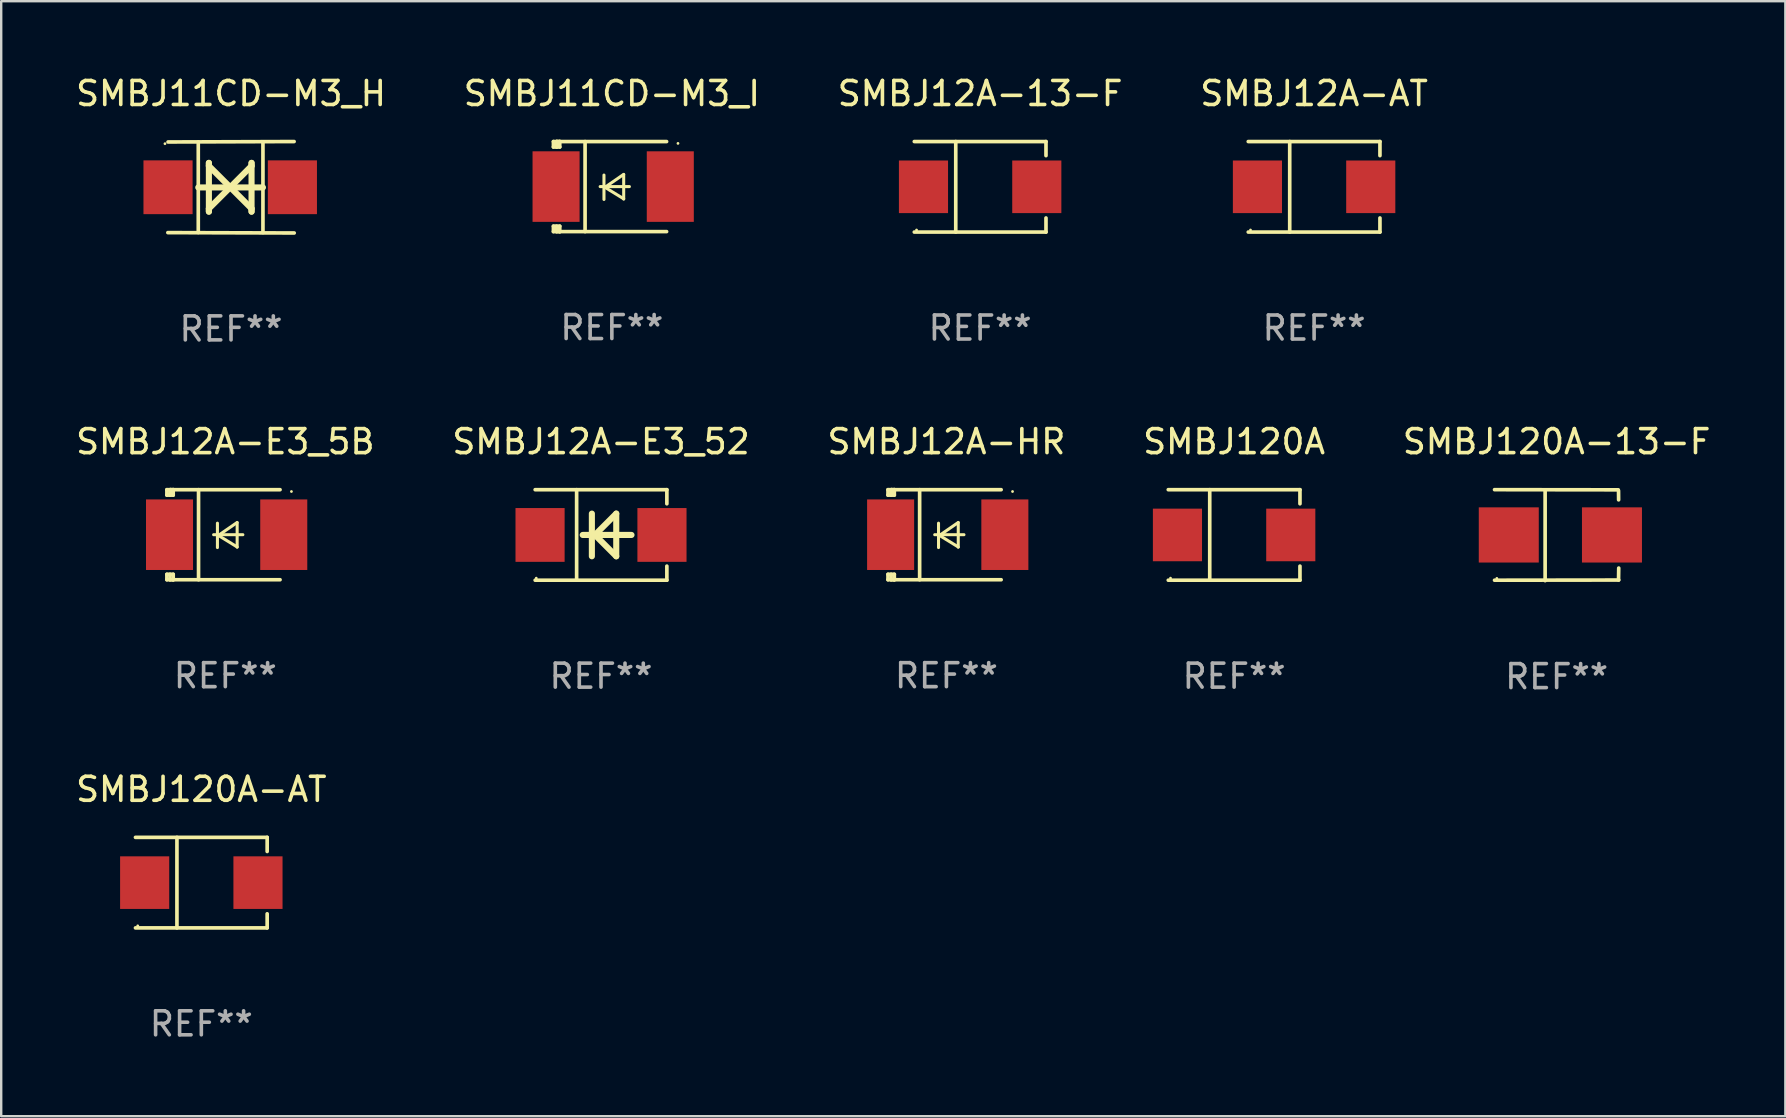
<source format=kicad_pcb>
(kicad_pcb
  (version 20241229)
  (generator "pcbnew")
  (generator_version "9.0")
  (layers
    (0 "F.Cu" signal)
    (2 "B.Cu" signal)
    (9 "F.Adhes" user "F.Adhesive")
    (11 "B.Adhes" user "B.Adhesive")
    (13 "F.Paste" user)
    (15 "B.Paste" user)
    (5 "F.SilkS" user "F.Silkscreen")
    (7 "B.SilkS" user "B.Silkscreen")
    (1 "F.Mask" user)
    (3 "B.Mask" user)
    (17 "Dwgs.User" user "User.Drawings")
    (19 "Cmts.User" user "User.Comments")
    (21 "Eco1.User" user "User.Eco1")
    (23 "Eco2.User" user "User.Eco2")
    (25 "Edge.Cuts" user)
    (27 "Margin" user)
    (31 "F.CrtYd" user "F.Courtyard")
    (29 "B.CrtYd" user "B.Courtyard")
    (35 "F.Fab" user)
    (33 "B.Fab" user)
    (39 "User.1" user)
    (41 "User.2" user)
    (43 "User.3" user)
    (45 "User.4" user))
  (footprint "SMBJ11CD-M3_H"
    (layer "F.Cu")
    (at 6.577 4.753)
    (property "Reference" "SMBJ11CD-M3_H" (at 0 -3.905 0) (layer "F.SilkS") (effects (font (size 1 1) (thickness 0.15))))
    (attr through_hole)
    (fp_line (start -1.365 1.886) (end -1.365 -1.886) (stroke (width 0.152) (type solid)) (layer "F.SilkS"))
    (fp_line (start -1.365 0.008) (end 1.33 0.008) (stroke (width 0.254) (type solid)) (layer "F.SilkS"))
    (fp_line (start -0.923 -1.016) (end -0.923 1.016) (stroke (width 0.254) (type solid)) (layer "F.SilkS"))
    (fp_line (start -0.923 -0.889) (end -0.923 -1.016) (stroke (width 0.254) (type solid)) (layer "F.SilkS"))
    (fp_line (start -0.923 0.889) (end -0.034 0) (stroke (width 0.254) (type solid)) (layer "F.SilkS"))
    (fp_line (start -0.923 1.016) (end -0.923 0.889) (stroke (width 0.254) (type solid)) (layer "F.SilkS"))
    (fp_line (start -0.034 0) (end -0.923 -0.889) (stroke (width 0.254) (type solid)) (layer "F.SilkS"))
    (fp_line (start -0.034 0) (end 0.855 0.889) (stroke (width 0.254) (type solid)) (layer "F.SilkS"))
    (fp_line (start 0.855 -1.016) (end 0.855 -0.889) (stroke (width 0.254) (type solid)) (layer "F.SilkS"))
    (fp_line (start 0.855 -0.889) (end -0.034 0) (stroke (width 0.254) (type solid)) (layer "F.SilkS"))
    (fp_line (start 0.855 0.889) (end 0.855 1.016) (stroke (width 0.254) (type solid)) (layer "F.SilkS"))
    (fp_line (start 0.855 1.016) (end 0.855 -1.016) (stroke (width 0.254) (type solid)) (layer "F.SilkS"))
    (fp_line (start 1.33 1.886) (end 1.33 -1.886) (stroke (width 0.152) (type solid)) (layer "F.SilkS"))
    (fp_line (start 2.629 -1.905) (end -2.625 -1.887) (stroke (width 0.152) (type solid)) (layer "F.SilkS"))
    (fp_line (start 2.633 1.905) (end -2.633 1.89) (stroke (width 0.152) (type solid)) (layer "F.SilkS"))
    (fp_circle (center -2.753 -1.816) (end -2.723 -1.816) (stroke (width 0.06) (type solid)) (fill no) (layer "F.SilkS"))
    (fp_text user "REF**" (at 0 5.905 0) (layer "F.Fab") (effects (font (size 1 1) (thickness 0.15))))
    (pad "1" smd rect (at -2.625 0) (size 2.047 2.241) (layers "F.Cu" "F.Mask" "F.Paste"))
    (pad "2" smd rect (at 2.557 0) (size 2.047 2.241) (layers "F.Cu" "F.Mask" "F.Paste")))
  (footprint "SMBJ120A"
    (layer "F.Cu")
    (at 48.375 19.241)
    (property "Reference" "SMBJ120A" (at 0 -3.886 0) (layer "F.SilkS") (effects (font (size 1 1) (thickness 0.15))))
    (attr through_hole)
    (fp_line (start -2.744 -1.886) (end 2.744 -1.886) (stroke (width 0.152) (type solid)) (layer "F.SilkS"))
    (fp_line (start -2.744 1.886) (end 2.744 1.886) (stroke (width 0.152) (type solid)) (layer "F.SilkS"))
    (fp_line (start -1.016 -1.886) (end -1.016 1.886) (stroke (width 0.152) (type solid)) (layer "F.SilkS"))
    (fp_line (start 2.744 -1.886) (end 2.744 -1.299) (stroke (width 0.152) (type solid)) (layer "F.SilkS"))
    (fp_line (start 2.744 1.886) (end 2.744 1.299) (stroke (width 0.152) (type solid)) (layer "F.SilkS"))
    (fp_circle (center -2.65 1.8) (end -2.62 1.8) (stroke (width 0.06) (type solid)) (fill no) (layer "F.SilkS"))
    (fp_text user "REF**" (at 0 5.886 0) (layer "F.Fab") (effects (font (size 1 1) (thickness 0.15))))
    (pad "1" smd rect (at -2.361 0) (size 2.047 2.192) (layers "F.Cu" "F.Mask" "F.Paste"))
    (pad "2" smd rect (at 2.361 0) (size 2.047 2.192) (layers "F.Cu" "F.Mask" "F.Paste")))
  (footprint "SMBJ12A-13-F"
    (layer "F.Cu")
    (at 37.792 4.734)
    (property "Reference" "SMBJ12A-13-F" (at 0 -3.886 0) (layer "F.SilkS") (effects (font (size 1 1) (thickness 0.15))))
    (attr through_hole)
    (fp_line (start -2.744 -1.886) (end 2.744 -1.886) (stroke (width 0.152) (type solid)) (layer "F.SilkS"))
    (fp_line (start -2.744 1.886) (end 2.744 1.886) (stroke (width 0.152) (type solid)) (layer "F.SilkS"))
    (fp_line (start -1.016 -1.886) (end -1.016 1.886) (stroke (width 0.152) (type solid)) (layer "F.SilkS"))
    (fp_line (start 2.744 -1.886) (end 2.744 -1.299) (stroke (width 0.152) (type solid)) (layer "F.SilkS"))
    (fp_line (start 2.744 1.886) (end 2.744 1.299) (stroke (width 0.152) (type solid)) (layer "F.SilkS"))
    (fp_circle (center -2.65 1.8) (end -2.62 1.8) (stroke (width 0.06) (type solid)) (fill no) (layer "F.SilkS"))
    (fp_text user "REF**" (at 0 5.886 0) (layer "F.Fab") (effects (font (size 1 1) (thickness 0.15))))
    (pad "1" smd rect (at -2.361 0) (size 2.047 2.192) (layers "F.Cu" "F.Mask" "F.Paste"))
    (pad "2" smd rect (at 2.361 0) (size 2.047 2.192) (layers "F.Cu" "F.Mask" "F.Paste")))
  (footprint "SMBJ11CD-M3_I"
    (layer "F.Cu")
    (at 22.446 4.725)
    (property "Reference" "SMBJ11CD-M3_I" (at 0 -3.876 0) (layer "F.SilkS") (effects (font (size 1 1) (thickness 0.15))))
    (attr through_hole)
    (fp_line (start -2.435 1.65) (end -2.171 1.65) (stroke (width 0.152) (type solid)) (layer "F.SilkS"))
    (fp_line (start -2.435 1.876) (end -2.435 1.65) (stroke (width 0.152) (type solid)) (layer "F.SilkS"))
    (fp_line (start -2.435 -1.876) (end -2.171 -1.876) (stroke (width 0.152) (type solid)) (layer "F.SilkS"))
    (fp_line (start -2.435 -1.65) (end -2.435 -1.876) (stroke (width 0.152) (type solid)) (layer "F.SilkS"))
    (fp_line (start -2.305 -1.866) (end -2.295 -1.876) (stroke (width 0.152) (type solid)) (layer "F.SilkS"))
    (fp_line (start -2.305 -1.65) (end -2.305 -1.866) (stroke (width 0.152) (type solid)) (layer "F.SilkS"))
    (fp_line (start -2.305 1.876) (end -2.305 1.65) (stroke (width 0.152) (type solid)) (layer "F.SilkS"))
    (fp_line (start -2.295 -1.876) (end -2.295 -1.65) (stroke (width 0.152) (type solid)) (layer "F.SilkS"))
    (fp_line (start -2.171 1.876) (end -2.435 1.876) (stroke (width 0.152) (type solid)) (layer "F.SilkS"))
    (fp_line (start -2.171 -1.65) (end -2.435 -1.65) (stroke (width 0.152) (type solid)) (layer "F.SilkS"))
    (fp_line (start -2.171 -1.876) (end -2.295 -1.876) (stroke (width 0.152) (type solid)) (layer "F.SilkS"))
    (fp_line (start -2.171 -1.65) (end -2.171 -1.876) (stroke (width 0.152) (type solid)) (layer "F.SilkS"))
    (fp_line (start -2.171 1.876) (end -2.305 1.876) (stroke (width 0.152) (type solid)) (layer "F.SilkS"))
    (fp_line (start -2.171 1.876) (end -2.171 1.65) (stroke (width 0.152) (type solid)) (layer "F.SilkS"))
    (fp_line (start -1.116 1.876) (end -1.116 -1.876) (stroke (width 0.152) (type solid)) (layer "F.SilkS"))
    (fp_line (start -0.488 0.000102) (end 0.731 0.000102) (stroke (width 0.127) (type solid)) (layer "F.SilkS"))
    (fp_line (start -0.329 -0.48) (end -0.329 0.536) (stroke (width 0.127) (type solid)) (layer "F.SilkS"))
    (fp_line (start -0.29 0.03) (end 0.493 0.51) (stroke (width 0.127) (type solid)) (layer "F.SilkS"))
    (fp_line (start 0.493 -0.51) (end -0.29 0.03) (stroke (width 0.127) (type solid)) (layer "F.SilkS"))
    (fp_line (start 0.493 0.52) (end 0.493 -0.496) (stroke (width 0.127) (type solid)) (layer "F.SilkS"))
    (fp_line (start 2.281 -1.876) (end -2.171 -1.876) (stroke (width 0.152) (type solid)) (layer "F.SilkS"))
    (fp_line (start 2.281 1.876) (end -2.171 1.876) (stroke (width 0.152) (type solid)) (layer "F.SilkS"))
    (fp_circle (center 2.755 -1.8) (end 2.785 -1.8) (stroke (width 0.06) (type solid)) (fill no) (layer "F.SilkS"))
    (fp_text user "REF**" (at 0 5.876 0) (layer "F.Fab") (effects (font (size 1 1) (thickness 0.15))))
    (pad "1" smd rect (at 2.435 -0.000025 180) (size 1.96 2.94) (layers "F.Cu" "F.Mask" "F.Paste"))
    (pad "2" smd rect (at -2.325 -0.000025 180) (size 1.96 2.94) (layers "F.Cu" "F.Mask" "F.Paste")))
  (footprint "SMBJ12A-HR"
    (layer "F.Cu")
    (at 36.387 19.231)
    (property "Reference" "SMBJ12A-HR" (at 0 -3.876 0) (layer "F.SilkS") (effects (font (size 1 1) (thickness 0.15))))
    (attr through_hole)
    (fp_line (start -2.435 1.65) (end -2.171 1.65) (stroke (width 0.152) (type solid)) (layer "F.SilkS"))
    (fp_line (start -2.435 1.876) (end -2.435 1.65) (stroke (width 0.152) (type solid)) (layer "F.SilkS"))
    (fp_line (start -2.435 -1.876) (end -2.171 -1.876) (stroke (width 0.152) (type solid)) (layer "F.SilkS"))
    (fp_line (start -2.435 -1.65) (end -2.435 -1.876) (stroke (width 0.152) (type solid)) (layer "F.SilkS"))
    (fp_line (start -2.305 -1.866) (end -2.295 -1.876) (stroke (width 0.152) (type solid)) (layer "F.SilkS"))
    (fp_line (start -2.305 -1.65) (end -2.305 -1.866) (stroke (width 0.152) (type solid)) (layer "F.SilkS"))
    (fp_line (start -2.305 1.876) (end -2.305 1.65) (stroke (width 0.152) (type solid)) (layer "F.SilkS"))
    (fp_line (start -2.295 -1.876) (end -2.295 -1.65) (stroke (width 0.152) (type solid)) (layer "F.SilkS"))
    (fp_line (start -2.171 1.876) (end -2.435 1.876) (stroke (width 0.152) (type solid)) (layer "F.SilkS"))
    (fp_line (start -2.171 -1.65) (end -2.435 -1.65) (stroke (width 0.152) (type solid)) (layer "F.SilkS"))
    (fp_line (start -2.171 -1.876) (end -2.295 -1.876) (stroke (width 0.152) (type solid)) (layer "F.SilkS"))
    (fp_line (start -2.171 -1.65) (end -2.171 -1.876) (stroke (width 0.152) (type solid)) (layer "F.SilkS"))
    (fp_line (start -2.171 1.876) (end -2.305 1.876) (stroke (width 0.152) (type solid)) (layer "F.SilkS"))
    (fp_line (start -2.171 1.876) (end -2.171 1.65) (stroke (width 0.152) (type solid)) (layer "F.SilkS"))
    (fp_line (start -1.116 1.876) (end -1.116 -1.876) (stroke (width 0.152) (type solid)) (layer "F.SilkS"))
    (fp_line (start -0.488 0.000102) (end 0.731 0.000102) (stroke (width 0.127) (type solid)) (layer "F.SilkS"))
    (fp_line (start -0.329 -0.48) (end -0.329 0.536) (stroke (width 0.127) (type solid)) (layer "F.SilkS"))
    (fp_line (start -0.29 0.03) (end 0.493 0.51) (stroke (width 0.127) (type solid)) (layer "F.SilkS"))
    (fp_line (start 0.493 -0.51) (end -0.29 0.03) (stroke (width 0.127) (type solid)) (layer "F.SilkS"))
    (fp_line (start 0.493 0.52) (end 0.493 -0.496) (stroke (width 0.127) (type solid)) (layer "F.SilkS"))
    (fp_line (start 2.281 -1.876) (end -2.171 -1.876) (stroke (width 0.152) (type solid)) (layer "F.SilkS"))
    (fp_line (start 2.281 1.876) (end -2.171 1.876) (stroke (width 0.152) (type solid)) (layer "F.SilkS"))
    (fp_circle (center 2.755 -1.8) (end 2.785 -1.8) (stroke (width 0.06) (type solid)) (fill no) (layer "F.SilkS"))
    (fp_text user "REF**" (at 0 5.876 0) (layer "F.Fab") (effects (font (size 1 1) (thickness 0.15))))
    (pad "1" smd rect (at 2.435 -0.000025 180) (size 1.96 2.94) (layers "F.Cu" "F.Mask" "F.Paste"))
    (pad "2" smd rect (at -2.325 -0.000025 180) (size 1.96 2.94) (layers "F.Cu" "F.Mask" "F.Paste")))
  (footprint "SMBJ120A-AT"
    (layer "F.Cu")
    (at 5.339 33.729)
    (property "Reference" "SMBJ120A-AT" (at 0 -3.886 0) (layer "F.SilkS") (effects (font (size 1 1) (thickness 0.15))))
    (attr through_hole)
    (fp_line (start -2.744 -1.886) (end 2.744 -1.886) (stroke (width 0.152) (type solid)) (layer "F.SilkS"))
    (fp_line (start -2.744 1.886) (end 2.744 1.886) (stroke (width 0.152) (type solid)) (layer "F.SilkS"))
    (fp_line (start -1.016 -1.886) (end -1.016 1.886) (stroke (width 0.152) (type solid)) (layer "F.SilkS"))
    (fp_line (start 2.744 -1.886) (end 2.744 -1.299) (stroke (width 0.152) (type solid)) (layer "F.SilkS"))
    (fp_line (start 2.744 1.886) (end 2.744 1.299) (stroke (width 0.152) (type solid)) (layer "F.SilkS"))
    (fp_circle (center -2.65 1.8) (end -2.62 1.8) (stroke (width 0.06) (type solid)) (fill no) (layer "F.SilkS"))
    (fp_text user "REF**" (at 0 5.886 0) (layer "F.Fab") (effects (font (size 1 1) (thickness 0.15))))
    (pad "1" smd rect (at -2.361 0) (size 2.047 2.192) (layers "F.Cu" "F.Mask" "F.Paste"))
    (pad "2" smd rect (at 2.361 0) (size 2.047 2.192) (layers "F.Cu" "F.Mask" "F.Paste")))
  (footprint "SMBJ120A-13-F"
    (layer "F.Cu")
    (at 61.815 19.25)
    (property "Reference" "SMBJ120A-13-F" (at 0 -3.896 0) (layer "F.SilkS") (effects (font (size 1 1) (thickness 0.15))))
    (attr through_hole)
    (fp_line (start -2.588 -1.896) (end 2.568 -1.889) (stroke (width 0.152) (type solid)) (layer "F.SilkS"))
    (fp_line (start -2.588 1.877) (end 2.588 1.87) (stroke (width 0.152) (type solid)) (layer "F.SilkS"))
    (fp_line (start -0.48 1.896) (end -0.48 -1.871) (stroke (width 0.152) (type solid)) (layer "F.SilkS"))
    (fp_line (start 2.579 -1.849) (end 2.582 -1.472) (stroke (width 0.152) (type solid)) (layer "F.SilkS"))
    (fp_line (start 2.579 1.867) (end 2.587 1.372) (stroke (width 0.152) (type solid)) (layer "F.SilkS"))
    (fp_circle (center -2.492 1.801) (end -2.462 1.801) (stroke (width 0.06) (type solid)) (fill no) (layer "F.SilkS"))
    (fp_text user "REF**" (at 0 5.896 0) (layer "F.Fab") (effects (font (size 1 1) (thickness 0.15))))
    (pad "1" smd rect (at -1.995 -0.009) (size 2.5 2.3) (layers "F.Cu" "F.Mask" "F.Paste"))
    (pad "2" smd rect (at 2.305 -0.009) (size 2.5 2.3) (layers "F.Cu" "F.Mask" "F.Paste")))
  (footprint "SMBJ12A-E3_52"
    (layer "F.Cu")
    (at 21.994 19.241)
    (property "Reference" "SMBJ12A-E3_52" (at 0 -3.886 0) (layer "F.SilkS") (effects (font (size 1 1) (thickness 0.15))))
    (attr through_hole)
    (fp_line (start -2.744 -1.886) (end 2.744 -1.886) (stroke (width 0.152) (type solid)) (layer "F.SilkS"))
    (fp_line (start -2.744 1.886) (end 2.744 1.886) (stroke (width 0.152) (type solid)) (layer "F.SilkS"))
    (fp_line (start -1.016 -1.886) (end -1.016 1.886) (stroke (width 0.152) (type solid)) (layer "F.SilkS"))
    (fp_line (start -0.381 -0.889) (end -0.381 0.889) (stroke (width 0.254) (type solid)) (layer "F.SilkS"))
    (fp_line (start -0.366 0) (end -0.254 0) (stroke (width 0.254) (type solid)) (layer "F.SilkS"))
    (fp_line (start -0.254 0) (end -0.328 0) (stroke (width 0.254) (type solid)) (layer "F.SilkS"))
    (fp_line (start -0.254 0) (end 0.635 -0.889) (stroke (width 0.254) (type solid)) (layer "F.SilkS"))
    (fp_line (start 0.635 -0.889) (end 0.635 0.889) (stroke (width 0.254) (type solid)) (layer "F.SilkS"))
    (fp_line (start 0.635 0.889) (end -0.254 0) (stroke (width 0.254) (type solid)) (layer "F.SilkS"))
    (fp_line (start 1.27 0) (end -0.762 0) (stroke (width 0.254) (type solid)) (layer "F.SilkS"))
    (fp_line (start 2.744 -1.886) (end 2.744 -1.299) (stroke (width 0.152) (type solid)) (layer "F.SilkS"))
    (fp_line (start 2.744 1.886) (end 2.744 1.299) (stroke (width 0.152) (type solid)) (layer "F.SilkS"))
    (fp_circle (center -2.698 1.8) (end -2.668 1.8) (stroke (width 0.06) (type solid)) (fill no) (layer "F.SilkS"))
    (fp_text user "REF**" (at 0 5.886 0) (layer "F.Fab") (effects (font (size 1 1) (thickness 0.15))))
    (pad "1" smd rect (at -2.54 0) (size 2.047 2.241) (layers "F.Cu" "F.Mask" "F.Paste"))
    (pad "2" smd rect (at 2.54 0) (size 2.047 2.241) (layers "F.Cu" "F.Mask" "F.Paste")))
  (footprint "SMBJ12A-AT"
    (layer "F.Cu")
    (at 51.708 4.734)
    (property "Reference" "SMBJ12A-AT" (at 0 -3.886 0) (layer "F.SilkS") (effects (font (size 1 1) (thickness 0.15))))
    (attr through_hole)
    (fp_line (start -2.744 -1.886) (end 2.744 -1.886) (stroke (width 0.152) (type solid)) (layer "F.SilkS"))
    (fp_line (start -2.744 1.886) (end 2.744 1.886) (stroke (width 0.152) (type solid)) (layer "F.SilkS"))
    (fp_line (start -1.016 -1.886) (end -1.016 1.886) (stroke (width 0.152) (type solid)) (layer "F.SilkS"))
    (fp_line (start 2.744 -1.886) (end 2.744 -1.299) (stroke (width 0.152) (type solid)) (layer "F.SilkS"))
    (fp_line (start 2.744 1.886) (end 2.744 1.299) (stroke (width 0.152) (type solid)) (layer "F.SilkS"))
    (fp_circle (center -2.65 1.8) (end -2.62 1.8) (stroke (width 0.06) (type solid)) (fill no) (layer "F.SilkS"))
    (fp_text user "REF**" (at 0 5.886 0) (layer "F.Fab") (effects (font (size 1 1) (thickness 0.15))))
    (pad "1" smd rect (at -2.361 0) (size 2.047 2.192) (layers "F.Cu" "F.Mask" "F.Paste"))
    (pad "2" smd rect (at 2.361 0) (size 2.047 2.192) (layers "F.Cu" "F.Mask" "F.Paste")))
  (footprint "SMBJ12A-E3_5B"
    (layer "F.Cu")
    (at 6.339 19.231)
    (property "Reference" "SMBJ12A-E3_5B" (at 0 -3.876 0) (layer "F.SilkS") (effects (font (size 1 1) (thickness 0.15))))
    (attr through_hole)
    (fp_line (start -2.435 1.65) (end -2.171 1.65) (stroke (width 0.152) (type solid)) (layer "F.SilkS"))
    (fp_line (start -2.435 1.876) (end -2.435 1.65) (stroke (width 0.152) (type solid)) (layer "F.SilkS"))
    (fp_line (start -2.435 -1.876) (end -2.171 -1.876) (stroke (width 0.152) (type solid)) (layer "F.SilkS"))
    (fp_line (start -2.435 -1.65) (end -2.435 -1.876) (stroke (width 0.152) (type solid)) (layer "F.SilkS"))
    (fp_line (start -2.305 -1.866) (end -2.295 -1.876) (stroke (width 0.152) (type solid)) (layer "F.SilkS"))
    (fp_line (start -2.305 -1.65) (end -2.305 -1.866) (stroke (width 0.152) (type solid)) (layer "F.SilkS"))
    (fp_line (start -2.305 1.876) (end -2.305 1.65) (stroke (width 0.152) (type solid)) (layer "F.SilkS"))
    (fp_line (start -2.295 -1.876) (end -2.295 -1.65) (stroke (width 0.152) (type solid)) (layer "F.SilkS"))
    (fp_line (start -2.171 1.876) (end -2.435 1.876) (stroke (width 0.152) (type solid)) (layer "F.SilkS"))
    (fp_line (start -2.171 -1.65) (end -2.435 -1.65) (stroke (width 0.152) (type solid)) (layer "F.SilkS"))
    (fp_line (start -2.171 -1.876) (end -2.295 -1.876) (stroke (width 0.152) (type solid)) (layer "F.SilkS"))
    (fp_line (start -2.171 -1.65) (end -2.171 -1.876) (stroke (width 0.152) (type solid)) (layer "F.SilkS"))
    (fp_line (start -2.171 1.876) (end -2.305 1.876) (stroke (width 0.152) (type solid)) (layer "F.SilkS"))
    (fp_line (start -2.171 1.876) (end -2.171 1.65) (stroke (width 0.152) (type solid)) (layer "F.SilkS"))
    (fp_line (start -1.116 1.876) (end -1.116 -1.876) (stroke (width 0.152) (type solid)) (layer "F.SilkS"))
    (fp_line (start -0.488 0.000102) (end 0.731 0.000102) (stroke (width 0.127) (type solid)) (layer "F.SilkS"))
    (fp_line (start -0.329 -0.48) (end -0.329 0.536) (stroke (width 0.127) (type solid)) (layer "F.SilkS"))
    (fp_line (start -0.29 0.03) (end 0.493 0.51) (stroke (width 0.127) (type solid)) (layer "F.SilkS"))
    (fp_line (start 0.493 -0.51) (end -0.29 0.03) (stroke (width 0.127) (type solid)) (layer "F.SilkS"))
    (fp_line (start 0.493 0.52) (end 0.493 -0.496) (stroke (width 0.127) (type solid)) (layer "F.SilkS"))
    (fp_line (start 2.281 -1.876) (end -2.171 -1.876) (stroke (width 0.152) (type solid)) (layer "F.SilkS"))
    (fp_line (start 2.281 1.876) (end -2.171 1.876) (stroke (width 0.152) (type solid)) (layer "F.SilkS"))
    (fp_circle (center 2.755 -1.8) (end 2.785 -1.8) (stroke (width 0.06) (type solid)) (fill no) (layer "F.SilkS"))
    (fp_text user "REF**" (at 0 5.876 0) (layer "F.Fab") (effects (font (size 1 1) (thickness 0.15))))
    (pad "1" smd rect (at 2.435 -0.000025 180) (size 1.96 2.94) (layers "F.Cu" "F.Mask" "F.Paste"))
    (pad "2" smd rect (at -2.325 -0.000025 180) (size 1.96 2.94) (layers "F.Cu" "F.Mask" "F.Paste")))
  (gr_rect
    (start -3 -3)
    (end 71.345 43.463)
    (stroke (width 0.1) (type default))
    (fill no)
    (layer "Edge.Cuts")))
</source>
